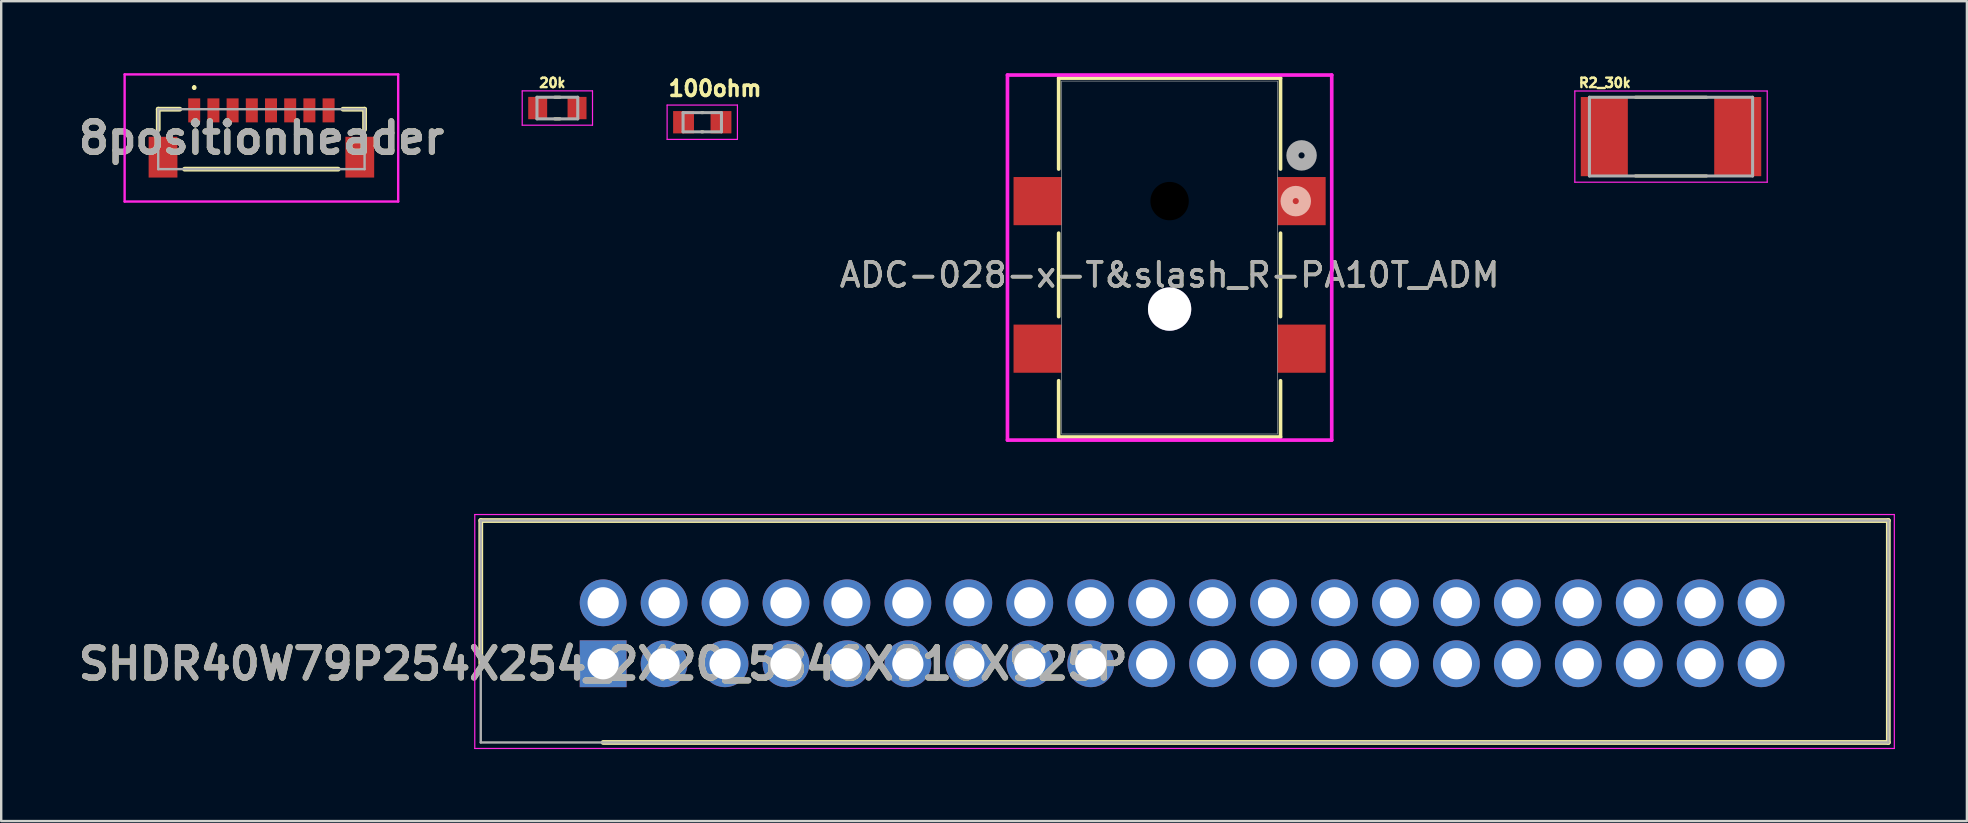
<source format=kicad_pcb>
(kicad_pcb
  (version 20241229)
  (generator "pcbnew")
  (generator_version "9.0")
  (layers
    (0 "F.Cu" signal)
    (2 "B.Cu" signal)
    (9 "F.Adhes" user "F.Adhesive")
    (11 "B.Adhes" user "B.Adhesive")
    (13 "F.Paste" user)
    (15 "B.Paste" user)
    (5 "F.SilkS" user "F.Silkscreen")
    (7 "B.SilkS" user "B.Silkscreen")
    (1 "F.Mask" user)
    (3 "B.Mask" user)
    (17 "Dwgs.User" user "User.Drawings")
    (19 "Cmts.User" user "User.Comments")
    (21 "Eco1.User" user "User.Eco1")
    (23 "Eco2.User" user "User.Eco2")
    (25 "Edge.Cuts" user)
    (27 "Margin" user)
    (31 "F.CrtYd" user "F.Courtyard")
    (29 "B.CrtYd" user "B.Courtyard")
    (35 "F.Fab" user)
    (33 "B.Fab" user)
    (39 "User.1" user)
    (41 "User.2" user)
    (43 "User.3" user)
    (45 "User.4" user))
  (footprint "R2_30k"
    (layer "F.Cu")
    (at 66.59 2.643)
    (property "Reference" "R2_30k" (at -2.76 -2.24 0) (layer "F.SilkS") (effects (font (size 0.394 0.394) (thickness 0.15))))
    (attr smd)
    (fp_line (start -1.48 -1.64) (end 1.48 -1.64) (stroke (width 0.127) (type solid)) (layer "F.SilkS"))
    (fp_line (start -1.48 1.64) (end 1.48 1.64) (stroke (width 0.127) (type solid)) (layer "F.SilkS"))
    (fp_line (start -4.009 -1.9) (end 4.009 -1.9) (stroke (width 0.05) (type solid)) (layer "F.CrtYd"))
    (fp_line (start -4.009 1.9) (end -4.009 -1.9) (stroke (width 0.05) (type solid)) (layer "F.CrtYd"))
    (fp_line (start -4.009 1.9) (end 4.009 1.9) (stroke (width 0.05) (type solid)) (layer "F.CrtYd"))
    (fp_line (start 4.009 1.9) (end 4.009 -1.9) (stroke (width 0.05) (type solid)) (layer "F.CrtYd"))
    (fp_line (start -3.4 1.64) (end -3.4 -1.64) (stroke (width 0.127) (type solid)) (layer "F.Fab"))
    (fp_line (start 3.4 -1.64) (end -3.4 -1.64) (stroke (width 0.127) (type solid)) (layer "F.Fab"))
    (fp_line (start 3.4 1.64) (end -3.4 1.64) (stroke (width 0.127) (type solid)) (layer "F.Fab"))
    (fp_line (start 3.4 1.64) (end 3.4 -1.64) (stroke (width 0.127) (type solid)) (layer "F.Fab"))
    (pad "1" smd rect (at -2.78 0) (size 1.96 3.3) (layers "F.Cu" "F.Mask" "F.Paste"))
    (pad "2" smd rect (at 2.78 0) (size 1.96 3.3) (layers "F.Cu" "F.Mask" "F.Paste")))
  (footprint "100ohm"
    (layer "F.Cu")
    (at 26.217 2.044)
    (property "Reference" "100ohm" (at 0.532 -1.406 0) (layer "F.SilkS") (effects (font (size 0.64 0.64) (thickness 0.15))))
    (attr smd)
    (fp_line (start -0.025 -0.4) (end 0.025 -0.4) (stroke (width 0.127) (type solid)) (layer "F.SilkS"))
    (fp_line (start 0.025 0.4) (end -0.025 0.4) (stroke (width 0.127) (type solid)) (layer "F.SilkS"))
    (fp_line (start -1.465 -0.715) (end 1.465 -0.715) (stroke (width 0.05) (type solid)) (layer "F.CrtYd"))
    (fp_line (start -1.465 0.715) (end -1.465 -0.715) (stroke (width 0.05) (type solid)) (layer "F.CrtYd"))
    (fp_line (start 1.465 -0.715) (end 1.465 0.715) (stroke (width 0.05) (type solid)) (layer "F.CrtYd"))
    (fp_line (start 1.465 0.715) (end -1.465 0.715) (stroke (width 0.05) (type solid)) (layer "F.CrtYd"))
    (fp_line (start -0.8 -0.4) (end 0.8 -0.4) (stroke (width 0.127) (type solid)) (layer "F.Fab"))
    (fp_line (start -0.8 0.4) (end -0.8 -0.4) (stroke (width 0.127) (type solid)) (layer "F.Fab"))
    (fp_line (start 0.8 -0.4) (end 0.8 0.4) (stroke (width 0.127) (type solid)) (layer "F.Fab"))
    (fp_line (start 0.8 0.4) (end -0.8 0.4) (stroke (width 0.127) (type solid)) (layer "F.Fab"))
    (pad "1" smd rect (at -0.78 0) (size 0.87 0.93) (layers "F.Cu" "F.Mask" "F.Paste"))
    (pad "2" smd rect (at 0.78 0) (size 0.87 0.93) (layers "F.Cu" "F.Mask" "F.Paste")))
  (footprint "SHDR40W79P254X254_2X20_5846X910X925P"
    (layer "F.Cu")
    (at 22.086 24.612)
    (property "Reference" "SHDR40W79P254X254_2X20_5846X910X925P" (at 0 0 0) (layer "F.SilkS") (effects (font (size 1.27 1.27) (thickness 0.254))))
    (attr through_hole)
    (fp_line (start -5.1 -5.97) (end -5.1 0) (stroke (width 0.2) (type solid)) (layer "F.SilkS"))
    (fp_line (start 0 3.28) (end 53.56 3.28) (stroke (width 0.2) (type solid)) (layer "F.SilkS"))
    (fp_line (start 53.56 -5.97) (end -5.1 -5.97) (stroke (width 0.2) (type solid)) (layer "F.SilkS"))
    (fp_line (start 53.56 3.28) (end 53.56 -5.97) (stroke (width 0.2) (type solid)) (layer "F.SilkS"))
    (fp_line (start -5.35 -6.22) (end 53.81 -6.22) (stroke (width 0.05) (type solid)) (layer "F.CrtYd"))
    (fp_line (start -5.35 3.53) (end -5.35 -6.22) (stroke (width 0.05) (type solid)) (layer "F.CrtYd"))
    (fp_line (start 53.81 -6.22) (end 53.81 3.53) (stroke (width 0.05) (type solid)) (layer "F.CrtYd"))
    (fp_line (start 53.81 3.53) (end -5.35 3.53) (stroke (width 0.05) (type solid)) (layer "F.CrtYd"))
    (fp_line (start -5.1 -5.97) (end 53.56 -5.97) (stroke (width 0.1) (type solid)) (layer "F.Fab"))
    (fp_line (start -5.1 3.28) (end -5.1 -5.97) (stroke (width 0.1) (type solid)) (layer "F.Fab"))
    (fp_line (start 53.56 -5.97) (end 53.56 3.28) (stroke (width 0.1) (type solid)) (layer "F.Fab"))
    (fp_line (start 53.56 3.28) (end -5.1 3.28) (stroke (width 0.1) (type solid)) (layer "F.Fab"))
    (fp_text user "${REFERENCE}" (at 0 0 0) (layer "F.Fab") (effects (font (size 1.27 1.27) (thickness 0.254))))
    (pad "1" thru_hole rect (at 0 0) (size 1.95 1.95) (drill 1.3) (layers "*.Cu" "*.Mask"))
    (pad "2" thru_hole circle (at 0 -2.54) (size 1.95 1.95) (drill 1.3) (layers "*.Cu" "*.Mask"))
    (pad "3" thru_hole circle (at 2.54 0) (size 1.95 1.95) (drill 1.3) (layers "*.Cu" "*.Mask"))
    (pad "4" thru_hole circle (at 2.54 -2.54) (size 1.95 1.95) (drill 1.3) (layers "*.Cu" "*.Mask"))
    (pad "5" thru_hole circle (at 5.08 0) (size 1.95 1.95) (drill 1.3) (layers "*.Cu" "*.Mask"))
    (pad "6" thru_hole circle (at 5.08 -2.54) (size 1.95 1.95) (drill 1.3) (layers "*.Cu" "*.Mask"))
    (pad "7" thru_hole circle (at 7.62 0) (size 1.95 1.95) (drill 1.3) (layers "*.Cu" "*.Mask"))
    (pad "8" thru_hole circle (at 7.62 -2.54) (size 1.95 1.95) (drill 1.3) (layers "*.Cu" "*.Mask"))
    (pad "9" thru_hole circle (at 10.16 0) (size 1.95 1.95) (drill 1.3) (layers "*.Cu" "*.Mask"))
    (pad "10" thru_hole circle (at 10.16 -2.54) (size 1.95 1.95) (drill 1.3) (layers "*.Cu" "*.Mask"))
    (pad "11" thru_hole circle (at 12.7 0) (size 1.95 1.95) (drill 1.3) (layers "*.Cu" "*.Mask"))
    (pad "12" thru_hole circle (at 12.7 -2.54) (size 1.95 1.95) (drill 1.3) (layers "*.Cu" "*.Mask"))
    (pad "13" thru_hole circle (at 15.24 0) (size 1.95 1.95) (drill 1.3) (layers "*.Cu" "*.Mask"))
    (pad "14" thru_hole circle (at 15.24 -2.54) (size 1.95 1.95) (drill 1.3) (layers "*.Cu" "*.Mask"))
    (pad "15" thru_hole circle (at 17.78 0) (size 1.95 1.95) (drill 1.3) (layers "*.Cu" "*.Mask"))
    (pad "16" thru_hole circle (at 17.78 -2.54) (size 1.95 1.95) (drill 1.3) (layers "*.Cu" "*.Mask"))
    (pad "17" thru_hole circle (at 20.32 0) (size 1.95 1.95) (drill 1.3) (layers "*.Cu" "*.Mask"))
    (pad "18" thru_hole circle (at 20.32 -2.54) (size 1.95 1.95) (drill 1.3) (layers "*.Cu" "*.Mask"))
    (pad "19" thru_hole circle (at 22.86 0) (size 1.95 1.95) (drill 1.3) (layers "*.Cu" "*.Mask"))
    (pad "20" thru_hole circle (at 22.86 -2.54) (size 1.95 1.95) (drill 1.3) (layers "*.Cu" "*.Mask"))
    (pad "21" thru_hole circle (at 25.4 0) (size 1.95 1.95) (drill 1.3) (layers "*.Cu" "*.Mask"))
    (pad "22" thru_hole circle (at 25.4 -2.54) (size 1.95 1.95) (drill 1.3) (layers "*.Cu" "*.Mask"))
    (pad "23" thru_hole circle (at 27.94 0) (size 1.95 1.95) (drill 1.3) (layers "*.Cu" "*.Mask"))
    (pad "24" thru_hole circle (at 27.94 -2.54) (size 1.95 1.95) (drill 1.3) (layers "*.Cu" "*.Mask"))
    (pad "25" thru_hole circle (at 30.48 0) (size 1.95 1.95) (drill 1.3) (layers "*.Cu" "*.Mask"))
    (pad "26" thru_hole circle (at 30.48 -2.54) (size 1.95 1.95) (drill 1.3) (layers "*.Cu" "*.Mask"))
    (pad "27" thru_hole circle (at 33.02 0) (size 1.95 1.95) (drill 1.3) (layers "*.Cu" "*.Mask"))
    (pad "28" thru_hole circle (at 33.02 -2.54) (size 1.95 1.95) (drill 1.3) (layers "*.Cu" "*.Mask"))
    (pad "29" thru_hole circle (at 35.56 0) (size 1.95 1.95) (drill 1.3) (layers "*.Cu" "*.Mask"))
    (pad "30" thru_hole circle (at 35.56 -2.54) (size 1.95 1.95) (drill 1.3) (layers "*.Cu" "*.Mask"))
    (pad "31" thru_hole circle (at 38.1 0) (size 1.95 1.95) (drill 1.3) (layers "*.Cu" "*.Mask"))
    (pad "32" thru_hole circle (at 38.1 -2.54) (size 1.95 1.95) (drill 1.3) (layers "*.Cu" "*.Mask"))
    (pad "33" thru_hole circle (at 40.64 0) (size 1.95 1.95) (drill 1.3) (layers "*.Cu" "*.Mask"))
    (pad "34" thru_hole circle (at 40.64 -2.54) (size 1.95 1.95) (drill 1.3) (layers "*.Cu" "*.Mask"))
    (pad "35" thru_hole circle (at 43.18 0) (size 1.95 1.95) (drill 1.3) (layers "*.Cu" "*.Mask"))
    (pad "36" thru_hole circle (at 43.18 -2.54) (size 1.95 1.95) (drill 1.3) (layers "*.Cu" "*.Mask"))
    (pad "37" thru_hole circle (at 45.72 0) (size 1.95 1.95) (drill 1.3) (layers "*.Cu" "*.Mask"))
    (pad "38" thru_hole circle (at 45.72 -2.54) (size 1.95 1.95) (drill 1.3) (layers "*.Cu" "*.Mask"))
    (pad "39" thru_hole circle (at 48.26 0) (size 1.95 1.95) (drill 1.3) (layers "*.Cu" "*.Mask"))
    (pad "40" thru_hole circle (at 48.26 -2.54) (size 1.95 1.95) (drill 1.3) (layers "*.Cu" "*.Mask")))
  (footprint "8positionheader"
    (layer "F.Cu")
    (at 7.844 2.75)
    (property "Reference" "8positionheader" (at 0 -0.05 0) (layer "F.SilkS") (effects (font (size 1.27 1.27) (thickness 0.254))))
    (attr smd)
    (fp_line (start -4.3 -1.25) (end -3.4 -1.25) (stroke (width 0.2) (type solid)) (layer "F.SilkS"))
    (fp_line (start -4.3 -0.4) (end -4.3 -1.25) (stroke (width 0.2) (type solid)) (layer "F.SilkS"))
    (fp_line (start -3.2 1.25) (end 3.2 1.25) (stroke (width 0.2) (type solid)) (layer "F.SilkS"))
    (fp_line (start -2.8 -2.2) (end -2.8 -2.2) (stroke (width 0.1) (type solid)) (layer "F.SilkS"))
    (fp_line (start -2.8 -2.1) (end -2.8 -2.1) (stroke (width 0.1) (type solid)) (layer "F.SilkS"))
    (fp_line (start 3.4 -1.25) (end 4.3 -1.25) (stroke (width 0.2) (type solid)) (layer "F.SilkS"))
    (fp_line (start 4.3 -1.25) (end 4.3 -0.4) (stroke (width 0.2) (type solid)) (layer "F.SilkS"))
    (fp_arc (start -2.8 -2.2) (mid -2.75 -2.15) (end -2.8 -2.1) (stroke (width 0.1) (type solid)) (layer "F.SilkS"))
    (fp_arc (start -2.8 -2.1) (mid -2.85 -2.15) (end -2.8 -2.2) (stroke (width 0.1) (type solid)) (layer "F.SilkS"))
    (fp_line (start -5.7 -2.7) (end 5.7 -2.7) (stroke (width 0.1) (type solid)) (layer "F.CrtYd"))
    (fp_line (start -5.7 2.6) (end -5.7 -2.7) (stroke (width 0.1) (type solid)) (layer "F.CrtYd"))
    (fp_line (start 5.7 -2.7) (end 5.7 2.6) (stroke (width 0.1) (type solid)) (layer "F.CrtYd"))
    (fp_line (start 5.7 2.6) (end -5.7 2.6) (stroke (width 0.1) (type solid)) (layer "F.CrtYd"))
    (fp_line (start -4.3 -1.25) (end 4.3 -1.25) (stroke (width 0.1) (type solid)) (layer "F.Fab"))
    (fp_line (start -4.3 1.25) (end -4.3 -1.25) (stroke (width 0.1) (type solid)) (layer "F.Fab"))
    (fp_line (start 4.3 -1.25) (end 4.3 1.25) (stroke (width 0.1) (type solid)) (layer "F.Fab"))
    (fp_line (start 4.3 1.25) (end -4.3 1.25) (stroke (width 0.1) (type solid)) (layer "F.Fab"))
    (fp_text user "${REFERENCE}" (at 0 -0.05 0) (layer "F.Fab") (effects (font (size 1.27 1.27) (thickness 0.254))))
    (pad "1" smd rect (at -2.8 -1.2) (size 0.5 1) (layers "F.Cu" "F.Mask" "F.Paste"))
    (pad "2" smd rect (at -2 -1.2) (size 0.5 1) (layers "F.Cu" "F.Mask" "F.Paste"))
    (pad "3" smd rect (at -1.2 -1.2) (size 0.5 1) (layers "F.Cu" "F.Mask" "F.Paste"))
    (pad "4" smd rect (at -0.4 -1.2) (size 0.5 1) (layers "F.Cu" "F.Mask" "F.Paste"))
    (pad "5" smd rect (at 0.4 -1.2) (size 0.5 1) (layers "F.Cu" "F.Mask" "F.Paste"))
    (pad "6" smd rect (at 1.2 -1.2) (size 0.5 1) (layers "F.Cu" "F.Mask" "F.Paste"))
    (pad "7" smd rect (at 2 -1.2) (size 0.5 1) (layers "F.Cu" "F.Mask" "F.Paste"))
    (pad "8" smd rect (at 2.8 -1.2) (size 0.5 1) (layers "F.Cu" "F.Mask" "F.Paste"))
    (pad "MP1" smd rect (at -4.1 0.75) (size 1.2 1.7) (layers "F.Cu" "F.Mask" "F.Paste"))
    (pad "MP2" smd rect (at 4.1 0.75) (size 1.2 1.7) (layers "F.Cu" "F.Mask" "F.Paste")))
  (footprint "ADC-028-x-T&slash_R-PA10T_ADM"
    (layer "F.Cu")
    (at 45.693 7.684)
    (property "Reference" "ADC-028-x-T&slash_R-PA10T_ADM" (at 0 0.722 0) (unlocked yes) (layer "F.SilkS") (effects (font (size 1 1) (thickness 0.15))))
    (attr smd)
    (fp_line (start -4.623 -7.48) (end -4.623 -3.689) (stroke (width 0.152) (type solid)) (layer "F.SilkS"))
    (fp_line (start -4.623 -1.017) (end -4.623 2.461) (stroke (width 0.152) (type solid)) (layer "F.SilkS"))
    (fp_line (start -4.623 5.133) (end -4.623 7.48) (stroke (width 0.152) (type solid)) (layer "F.SilkS"))
    (fp_line (start -4.623 7.48) (end 4.623 7.48) (stroke (width 0.152) (type solid)) (layer "F.SilkS"))
    (fp_line (start 4.623 -7.48) (end -4.623 -7.48) (stroke (width 0.152) (type solid)) (layer "F.SilkS"))
    (fp_line (start 4.623 -3.689) (end 4.623 -7.48) (stroke (width 0.152) (type solid)) (layer "F.SilkS"))
    (fp_line (start 4.623 2.461) (end 4.623 -1.017) (stroke (width 0.152) (type solid)) (layer "F.SilkS"))
    (fp_line (start 4.623 7.48) (end 4.623 5.133) (stroke (width 0.152) (type solid)) (layer "F.SilkS"))
    (fp_circle (center 5.258 -2.353) (end 5.639 -2.353) (stroke (width 0.508) (type solid)) (fill no) (layer "B.SilkS"))
    (fp_line (start -6.757 -7.607) (end -6.757 7.607) (stroke (width 0.152) (type solid)) (layer "F.CrtYd"))
    (fp_line (start -6.757 7.607) (end 6.757 7.607) (stroke (width 0.152) (type solid)) (layer "F.CrtYd"))
    (fp_line (start 6.757 -7.607) (end -6.757 -7.607) (stroke (width 0.152) (type solid)) (layer "F.CrtYd"))
    (fp_line (start 6.757 7.607) (end 6.757 -7.607) (stroke (width 0.152) (type solid)) (layer "F.CrtYd"))
    (fp_line (start -4.496 -7.353) (end -4.496 7.353) (stroke (width 0.025) (type solid)) (layer "F.Fab"))
    (fp_line (start -4.496 7.353) (end 4.496 7.353) (stroke (width 0.025) (type solid)) (layer "F.Fab"))
    (fp_line (start 4.496 -7.353) (end -4.496 -7.353) (stroke (width 0.025) (type solid)) (layer "F.Fab"))
    (fp_line (start 4.496 7.353) (end 4.496 -7.353) (stroke (width 0.025) (type solid)) (layer "F.Fab"))
    (fp_circle (center 5.5 -4.258) (end 5.881 -4.258) (stroke (width 0.508) (type solid)) (fill no) (layer "F.Fab"))
    (fp_text user "${REFERENCE}" (at 0 0.722 0) (unlocked yes) (layer "F.Fab") (effects (font (size 1 1) (thickness 0.15))))
    (pad "" np_thru_hole circle (at 0 -2.353) (size 1.6 1.6) (drill 1.6) (layers))
    (pad "1A" smd rect (at 5.5 -2.353) (size 2.007 2.007) (layers "F.Cu" "F.Mask" "F.Paste"))
    (pad "1B" smd rect (at 5.5 3.797) (size 2.007 2.007) (layers "F.Cu" "F.Mask" "F.Paste"))
    (pad "2" smd rect (at -5.5 -2.353) (size 2.007 2.007) (layers "F.Cu" "F.Mask" "F.Paste"))
    (pad "3" smd rect (at -5.5 3.797) (size 2.007 2.007) (layers "F.Cu" "F.Mask" "F.Paste"))
    (pad "M2" thru_hole circle (at 0 2.147) (size 1.803 1.803) (drill 1.803) (layers "*.Cu" "*.Mask")))
  (footprint "20k"
    (layer "F.Cu")
    (at 20.178 1.453)
    (property "Reference" "20k" (at -0.21 -1.05 0) (layer "F.SilkS") (effects (font (size 0.394 0.394) (thickness 0.15))))
    (attr smd)
    (fp_line (start -0.11 -0.45) (end 0.11 -0.45) (stroke (width 0.127) (type solid)) (layer "F.SilkS"))
    (fp_line (start -0.11 0.45) (end 0.11 0.45) (stroke (width 0.127) (type solid)) (layer "F.SilkS"))
    (fp_line (start -1.465 -0.715) (end 1.465 -0.715) (stroke (width 0.05) (type solid)) (layer "F.CrtYd"))
    (fp_line (start -1.465 0.715) (end -1.465 -0.715) (stroke (width 0.05) (type solid)) (layer "F.CrtYd"))
    (fp_line (start -1.465 0.715) (end 1.465 0.715) (stroke (width 0.05) (type solid)) (layer "F.CrtYd"))
    (fp_line (start 1.465 0.715) (end 1.465 -0.715) (stroke (width 0.05) (type solid)) (layer "F.CrtYd"))
    (fp_line (start -0.85 0.45) (end -0.85 -0.45) (stroke (width 0.127) (type solid)) (layer "F.Fab"))
    (fp_line (start 0.85 -0.45) (end -0.85 -0.45) (stroke (width 0.127) (type solid)) (layer "F.Fab"))
    (fp_line (start 0.85 0.45) (end -0.85 0.45) (stroke (width 0.127) (type solid)) (layer "F.Fab"))
    (fp_line (start 0.85 0.45) (end 0.85 -0.45) (stroke (width 0.127) (type solid)) (layer "F.Fab"))
    (pad "1" smd rect (at -0.82 0) (size 0.79 0.93) (layers "F.Cu" "F.Mask" "F.Paste"))
    (pad "2" smd rect (at 0.82 0) (size 0.79 0.93) (layers "F.Cu" "F.Mask" "F.Paste")))
  (gr_rect
    (start -3 -3)
    (end 78.921 31.167)
    (stroke (width 0.1) (type default))
    (fill no)
    (layer "Edge.Cuts")))
</source>
